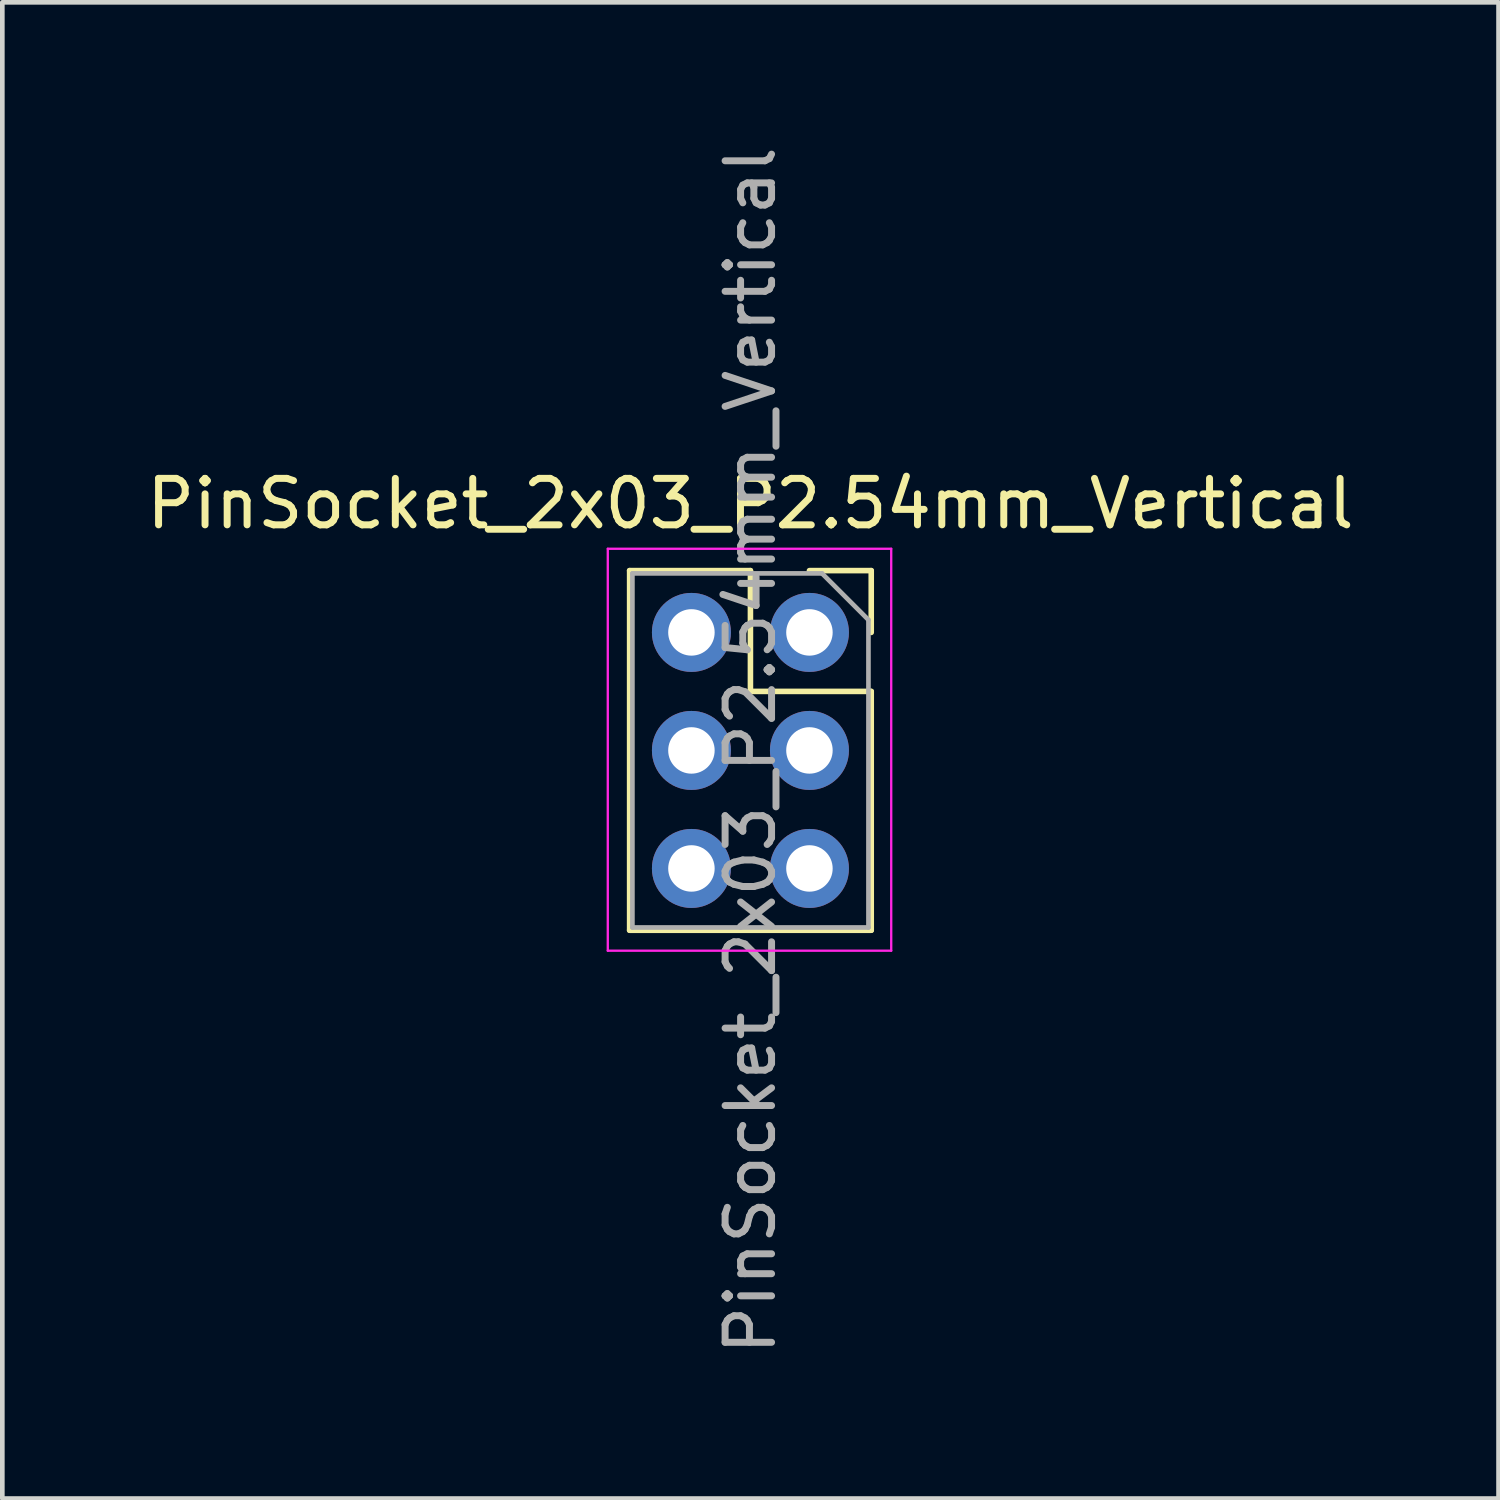
<source format=kicad_pcb>
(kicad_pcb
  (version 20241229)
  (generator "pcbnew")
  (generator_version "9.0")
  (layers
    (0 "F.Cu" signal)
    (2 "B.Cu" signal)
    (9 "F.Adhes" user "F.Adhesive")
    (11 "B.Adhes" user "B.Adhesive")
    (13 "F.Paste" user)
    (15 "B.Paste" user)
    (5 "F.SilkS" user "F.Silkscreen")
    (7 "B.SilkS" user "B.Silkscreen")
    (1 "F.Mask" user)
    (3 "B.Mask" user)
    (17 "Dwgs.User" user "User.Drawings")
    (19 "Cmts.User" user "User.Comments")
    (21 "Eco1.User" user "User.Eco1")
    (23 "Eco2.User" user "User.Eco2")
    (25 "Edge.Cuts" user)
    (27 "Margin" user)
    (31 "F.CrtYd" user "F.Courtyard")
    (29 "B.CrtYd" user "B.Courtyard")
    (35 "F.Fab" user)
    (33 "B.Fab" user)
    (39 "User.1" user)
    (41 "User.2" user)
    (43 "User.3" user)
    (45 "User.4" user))
  (footprint "PinSocket_2x03_P2.54mm_Vertical"
    (layer "F.Cu")
    (at 14.371 10.561)
    (property "Reference" "PinSocket_2x03_P2.54mm_Vertical" (at -1.27 -2.77 0) (layer "F.SilkS") (effects (font (size 1 1) (thickness 0.15))))
    (attr through_hole)
    (fp_line (start -3.87 -1.33) (end -3.87 6.41) (stroke (width 0.12) (type solid)) (layer "F.SilkS"))
    (fp_line (start -3.87 -1.33) (end -1.27 -1.33) (stroke (width 0.12) (type solid)) (layer "F.SilkS"))
    (fp_line (start -3.87 6.41) (end 1.33 6.41) (stroke (width 0.12) (type solid)) (layer "F.SilkS"))
    (fp_line (start -1.27 -1.33) (end -1.27 1.27) (stroke (width 0.12) (type solid)) (layer "F.SilkS"))
    (fp_line (start -1.27 1.27) (end 1.33 1.27) (stroke (width 0.12) (type solid)) (layer "F.SilkS"))
    (fp_line (start 0 -1.33) (end 1.33 -1.33) (stroke (width 0.12) (type solid)) (layer "F.SilkS"))
    (fp_line (start 1.33 -1.33) (end 1.33 0) (stroke (width 0.12) (type solid)) (layer "F.SilkS"))
    (fp_line (start 1.33 1.27) (end 1.33 6.41) (stroke (width 0.12) (type solid)) (layer "F.SilkS"))
    (fp_line (start -4.34 -1.8) (end 1.76 -1.8) (stroke (width 0.05) (type solid)) (layer "F.CrtYd"))
    (fp_line (start -4.34 6.85) (end -4.34 -1.8) (stroke (width 0.05) (type solid)) (layer "F.CrtYd"))
    (fp_line (start 1.76 -1.8) (end 1.76 6.85) (stroke (width 0.05) (type solid)) (layer "F.CrtYd"))
    (fp_line (start 1.76 6.85) (end -4.34 6.85) (stroke (width 0.05) (type solid)) (layer "F.CrtYd"))
    (fp_line (start -3.81 -1.27) (end 0.27 -1.27) (stroke (width 0.1) (type solid)) (layer "F.Fab"))
    (fp_line (start -3.81 6.35) (end -3.81 -1.27) (stroke (width 0.1) (type solid)) (layer "F.Fab"))
    (fp_line (start 0.27 -1.27) (end 1.27 -0.27) (stroke (width 0.1) (type solid)) (layer "F.Fab"))
    (fp_line (start 1.27 -0.27) (end 1.27 6.35) (stroke (width 0.1) (type solid)) (layer "F.Fab"))
    (fp_line (start 1.27 6.35) (end -3.81 6.35) (stroke (width 0.1) (type solid)) (layer "F.Fab"))
    (fp_text user "${REFERENCE}" (at -1.27 2.54 90) (layer "F.Fab") (effects (font (size 1 1) (thickness 0.15))))
    (pad "1" thru_hole circle (at 0 0) (size 1.7 1.7) (drill 1) (layers "*.Cu" "*.Mask"))
    (pad "2" thru_hole oval (at -2.54 0) (size 1.7 1.7) (drill 1) (layers "*.Cu" "*.Mask"))
    (pad "3" thru_hole oval (at 0 2.54) (size 1.7 1.7) (drill 1) (layers "*.Cu" "*.Mask"))
    (pad "4" thru_hole oval (at -2.54 2.54) (size 1.7 1.7) (drill 1) (layers "*.Cu" "*.Mask"))
    (pad "5" thru_hole oval (at 0 5.08) (size 1.7 1.7) (drill 1) (layers "*.Cu" "*.Mask"))
    (pad "6" thru_hole oval (at -2.54 5.08) (size 1.7 1.7) (drill 1) (layers "*.Cu" "*.Mask")))
  (gr_rect
    (start -3 -3)
    (end 29.202 29.202)
    (stroke (width 0.1) (type default))
    (fill no)
    (layer "Edge.Cuts")))
</source>
